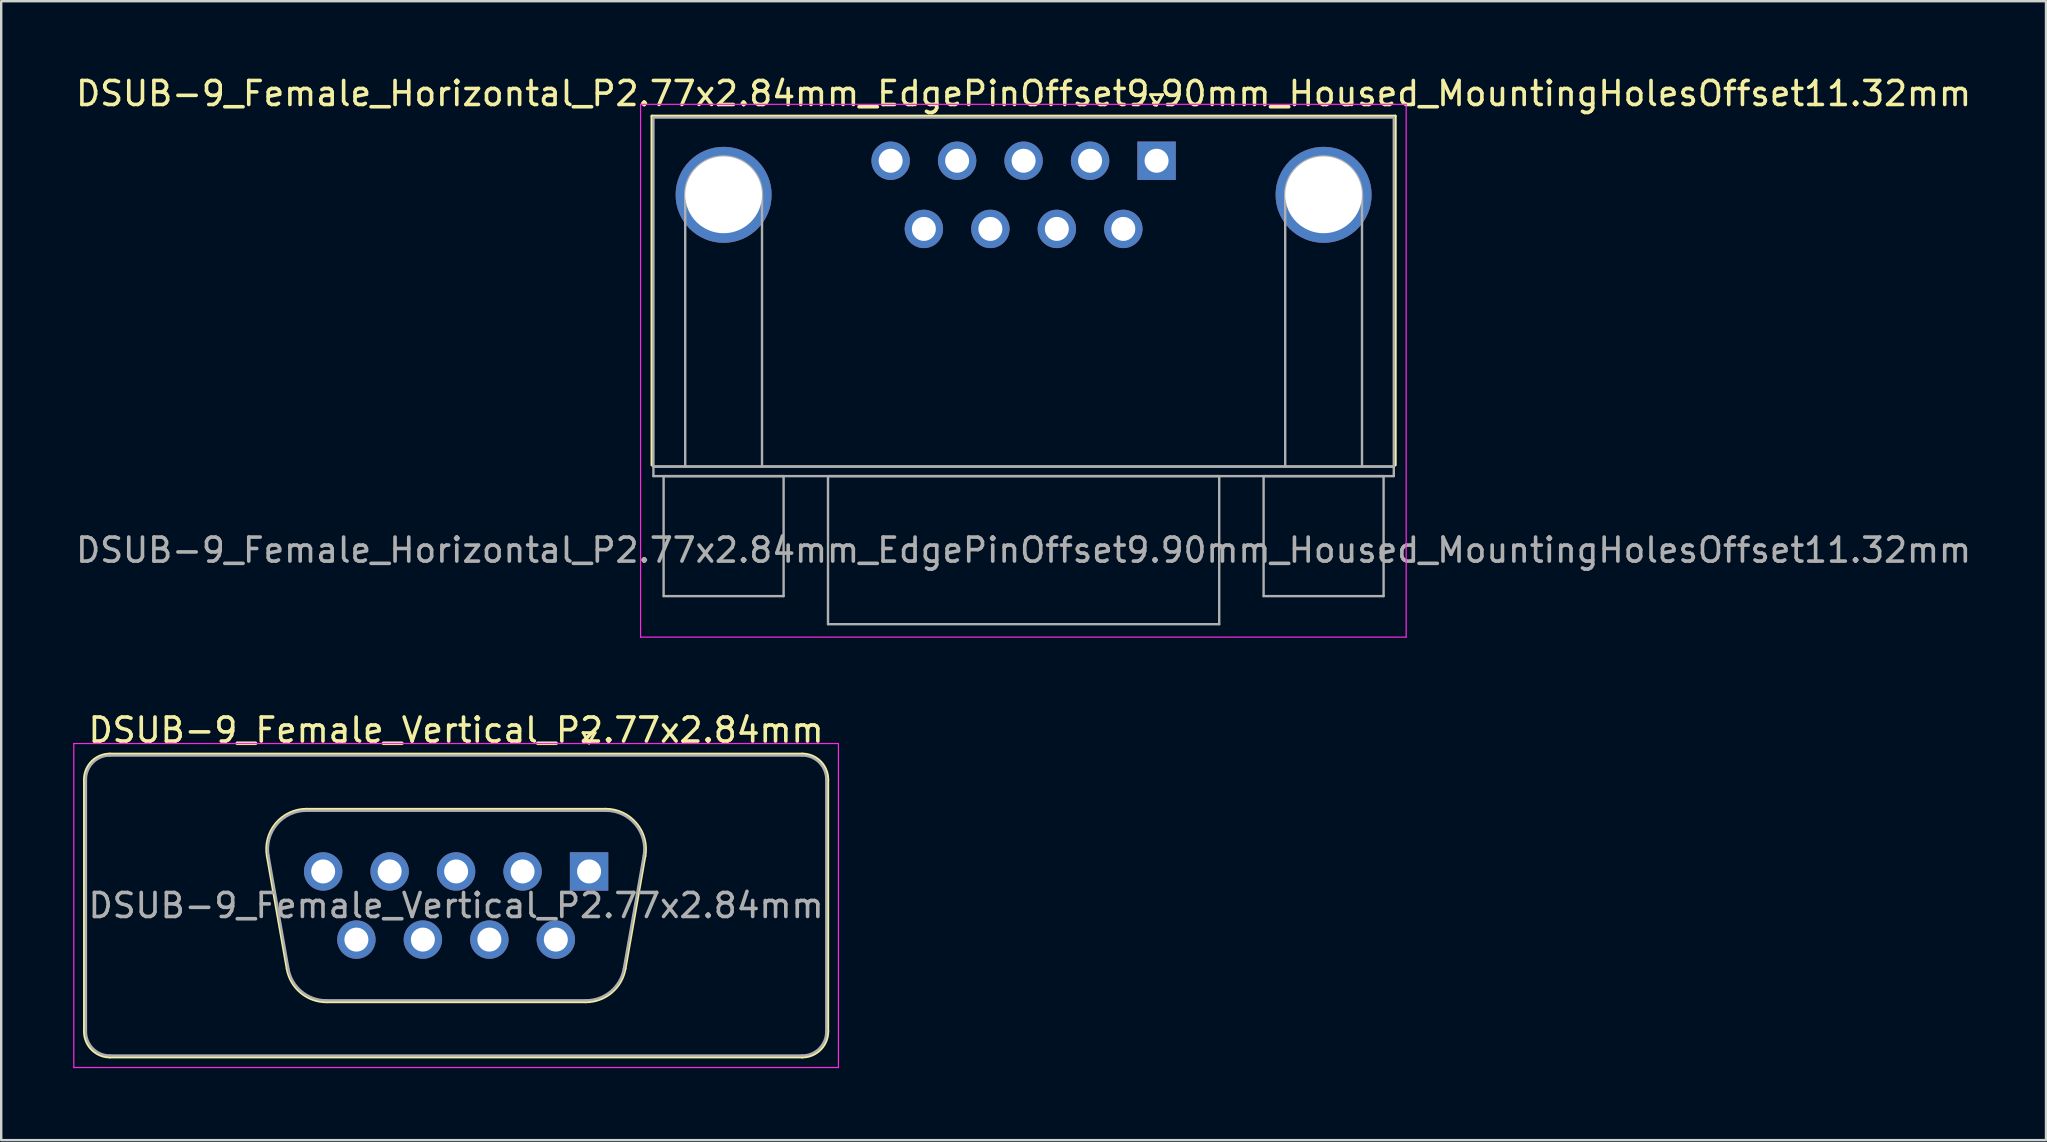
<source format=kicad_pcb>
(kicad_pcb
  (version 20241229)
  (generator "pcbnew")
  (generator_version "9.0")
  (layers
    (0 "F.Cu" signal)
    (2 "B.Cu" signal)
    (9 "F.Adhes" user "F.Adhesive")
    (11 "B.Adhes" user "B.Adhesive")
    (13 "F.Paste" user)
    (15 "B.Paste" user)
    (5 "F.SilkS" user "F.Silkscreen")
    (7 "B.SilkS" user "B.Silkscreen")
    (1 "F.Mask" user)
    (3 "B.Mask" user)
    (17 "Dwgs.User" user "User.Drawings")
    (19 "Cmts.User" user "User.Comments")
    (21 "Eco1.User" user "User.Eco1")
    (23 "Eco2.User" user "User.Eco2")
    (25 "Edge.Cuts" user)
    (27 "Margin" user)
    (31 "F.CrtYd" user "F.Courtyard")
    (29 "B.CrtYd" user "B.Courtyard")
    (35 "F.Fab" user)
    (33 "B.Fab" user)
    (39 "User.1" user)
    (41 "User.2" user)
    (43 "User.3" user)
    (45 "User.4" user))
  (footprint "DSUB-9_Female_Vertical_P2.77x2.84mm"
    (layer "F.Cu")
    (at 21.495 33.261)
    (property "Reference" "DSUB-9_Female_Vertical_P2.77x2.84mm" (at -5.54 -5.89 0) (layer "F.SilkS") (effects (font (size 1 1) (thickness 0.15))))
    (attr through_hole)
    (fp_line (start -21.025 6.67) (end -21.025 -3.83) (stroke (width 0.12) (type solid)) (layer "F.SilkS"))
    (fp_line (start -19.965 -4.89) (end 8.885 -4.89) (stroke (width 0.12) (type solid)) (layer "F.SilkS"))
    (fp_line (start -13.406 -0.642) (end -12.578 4.058) (stroke (width 0.12) (type solid)) (layer "F.SilkS"))
    (fp_line (start -11.772 -2.59) (end 0.692 -2.59) (stroke (width 0.12) (type solid)) (layer "F.SilkS"))
    (fp_line (start -10.943 5.43) (end -0.137 5.43) (stroke (width 0.12) (type solid)) (layer "F.SilkS"))
    (fp_line (start -0.25 -5.784) (end 0.25 -5.784) (stroke (width 0.12) (type solid)) (layer "F.SilkS"))
    (fp_line (start 0 -5.351) (end -0.25 -5.784) (stroke (width 0.12) (type solid)) (layer "F.SilkS"))
    (fp_line (start 0.25 -5.784) (end 0 -5.351) (stroke (width 0.12) (type solid)) (layer "F.SilkS"))
    (fp_line (start 2.326 -0.642) (end 1.498 4.058) (stroke (width 0.12) (type solid)) (layer "F.SilkS"))
    (fp_line (start 8.885 7.73) (end -19.965 7.73) (stroke (width 0.12) (type solid)) (layer "F.SilkS"))
    (fp_line (start 9.945 -3.83) (end 9.945 6.67) (stroke (width 0.12) (type solid)) (layer "F.SilkS"))
    (fp_arc (start -21.025 -3.83) (mid -20.714533 -4.579533) (end -19.965 -4.89) (stroke (width 0.12) (type solid)) (layer "F.SilkS"))
    (fp_arc (start -19.965 7.73) (mid -20.714533 7.419533) (end -21.025 6.67) (stroke (width 0.12) (type solid)) (layer "F.SilkS"))
    (fp_arc (start -13.40647 -0.641744) (mid -13.043323 -1.997027) (end -11.771689 -2.59) (stroke (width 0.12) (type solid)) (layer "F.SilkS"))
    (fp_arc (start -10.942952 5.43) (mid -12.00998 5.041634) (end -12.577733 4.058256) (stroke (width 0.12) (type solid)) (layer "F.SilkS"))
    (fp_arc (start 0.691689 -2.59) (mid 1.963323 -1.997027) (end 2.32647 -0.641744) (stroke (width 0.12) (type solid)) (layer "F.SilkS"))
    (fp_arc (start 1.497733 4.058256) (mid 0.92998 5.041634) (end -0.137048 5.43) (stroke (width 0.12) (type solid)) (layer "F.SilkS"))
    (fp_arc (start 8.885 -4.89) (mid 9.634533 -4.579533) (end 9.945 -3.83) (stroke (width 0.12) (type solid)) (layer "F.SilkS"))
    (fp_arc (start 9.945 6.67) (mid 9.634533 7.419533) (end 8.885 7.73) (stroke (width 0.12) (type solid)) (layer "F.SilkS"))
    (fp_line (start -21.47 -5.33) (end -21.47 8.17) (stroke (width 0.05) (type solid)) (layer "F.CrtYd"))
    (fp_line (start -21.47 8.17) (end 10.39 8.17) (stroke (width 0.05) (type solid)) (layer "F.CrtYd"))
    (fp_line (start 10.39 -5.33) (end -21.47 -5.33) (stroke (width 0.05) (type solid)) (layer "F.CrtYd"))
    (fp_line (start 10.39 8.17) (end 10.39 -5.33) (stroke (width 0.05) (type solid)) (layer "F.CrtYd"))
    (fp_line (start -20.965 6.67) (end -20.965 -3.83) (stroke (width 0.1) (type solid)) (layer "F.Fab"))
    (fp_line (start -19.965 -4.83) (end 8.885 -4.83) (stroke (width 0.1) (type solid)) (layer "F.Fab"))
    (fp_line (start -13.359 -0.652) (end -12.53 4.048) (stroke (width 0.1) (type solid)) (layer "F.Fab"))
    (fp_line (start -11.783 -2.53) (end 0.703 -2.53) (stroke (width 0.1) (type solid)) (layer "F.Fab"))
    (fp_line (start -10.954 5.37) (end -0.126 5.37) (stroke (width 0.1) (type solid)) (layer "F.Fab"))
    (fp_line (start 2.279 -0.652) (end 1.45 4.048) (stroke (width 0.1) (type solid)) (layer "F.Fab"))
    (fp_line (start 8.885 7.67) (end -19.965 7.67) (stroke (width 0.1) (type solid)) (layer "F.Fab"))
    (fp_line (start 9.885 -3.83) (end 9.885 6.67) (stroke (width 0.1) (type solid)) (layer "F.Fab"))
    (fp_arc (start -20.965 -3.83) (mid -20.672107 -4.537107) (end -19.965 -4.83) (stroke (width 0.1) (type solid)) (layer "F.Fab"))
    (fp_arc (start -19.965 7.67) (mid -20.672107 7.377107) (end -20.965 6.67) (stroke (width 0.1) (type solid)) (layer "F.Fab"))
    (fp_arc (start -13.358887 -0.652163) (mid -13.008865 -1.95846) (end -11.783194 -2.53) (stroke (width 0.1) (type solid)) (layer "F.Fab"))
    (fp_arc (start -10.954457 5.37) (mid -11.982918 4.995671) (end -12.53015 4.047837) (stroke (width 0.1) (type solid)) (layer "F.Fab"))
    (fp_arc (start 0.703194 -2.53) (mid 1.928865 -1.95846) (end 2.278887 -0.652163) (stroke (width 0.1) (type solid)) (layer "F.Fab"))
    (fp_arc (start 1.45015 4.047837) (mid 0.902918 4.995671) (end -0.125543 5.37) (stroke (width 0.1) (type solid)) (layer "F.Fab"))
    (fp_arc (start 8.885 -4.83) (mid 9.592107 -4.537107) (end 9.885 -3.83) (stroke (width 0.1) (type solid)) (layer "F.Fab"))
    (fp_arc (start 9.885 6.67) (mid 9.592107 7.377107) (end 8.885 7.67) (stroke (width 0.1) (type solid)) (layer "F.Fab"))
    (fp_text user "${REFERENCE}" (at -5.54 1.42 0) (layer "F.Fab") (effects (font (size 1 1) (thickness 0.15))))
    (pad "1" thru_hole rect (at 0 0) (size 1.6 1.6) (drill 1) (layers "*.Cu" "*.Mask"))
    (pad "2" thru_hole circle (at -2.77 0) (size 1.6 1.6) (drill 1) (layers "*.Cu" "*.Mask"))
    (pad "3" thru_hole circle (at -5.54 0) (size 1.6 1.6) (drill 1) (layers "*.Cu" "*.Mask"))
    (pad "4" thru_hole circle (at -8.31 0) (size 1.6 1.6) (drill 1) (layers "*.Cu" "*.Mask"))
    (pad "5" thru_hole circle (at -11.08 0) (size 1.6 1.6) (drill 1) (layers "*.Cu" "*.Mask"))
    (pad "6" thru_hole circle (at -1.385 2.84) (size 1.6 1.6) (drill 1) (layers "*.Cu" "*.Mask"))
    (pad "7" thru_hole circle (at -4.155 2.84) (size 1.6 1.6) (drill 1) (layers "*.Cu" "*.Mask"))
    (pad "8" thru_hole circle (at -6.925 2.84) (size 1.6 1.6) (drill 1) (layers "*.Cu" "*.Mask"))
    (pad "9" thru_hole circle (at -9.695 2.84) (size 1.6 1.6) (drill 1) (layers "*.Cu" "*.Mask")))
  (footprint "DSUB-9_Female_Horizontal_P2.77x2.84mm_EdgePinOffset9.90mm_Housed_MountingHolesOffset11.32mm"
    (layer "F.Cu")
    (at 45.141 3.648)
    (property "Reference" "DSUB-9_Female_Horizontal_P2.77x2.84mm_EdgePinOffset9.90mm_Housed_MountingHolesOffset11.32mm" (at -5.54 -2.8 0) (layer "F.SilkS") (effects (font (size 1 1) (thickness 0.15))))
    (attr through_hole)
    (fp_line (start -21.025 -1.86) (end 9.945 -1.86) (stroke (width 0.12) (type solid)) (layer "F.SilkS"))
    (fp_line (start -21.025 12.68) (end -21.025 -1.86) (stroke (width 0.12) (type solid)) (layer "F.SilkS"))
    (fp_line (start -0.25 -2.754) (end 0.25 -2.754) (stroke (width 0.12) (type solid)) (layer "F.SilkS"))
    (fp_line (start 0 -2.321) (end -0.25 -2.754) (stroke (width 0.12) (type solid)) (layer "F.SilkS"))
    (fp_line (start 0.25 -2.754) (end 0 -2.321) (stroke (width 0.12) (type solid)) (layer "F.SilkS"))
    (fp_line (start 9.945 -1.86) (end 9.945 12.68) (stroke (width 0.12) (type solid)) (layer "F.SilkS"))
    (fp_line (start -21.5 -2.35) (end -21.5 19.85) (stroke (width 0.05) (type solid)) (layer "F.CrtYd"))
    (fp_line (start -21.5 19.85) (end 10.4 19.85) (stroke (width 0.05) (type solid)) (layer "F.CrtYd"))
    (fp_line (start 10.4 -2.35) (end -21.5 -2.35) (stroke (width 0.05) (type solid)) (layer "F.CrtYd"))
    (fp_line (start 10.4 19.85) (end 10.4 -2.35) (stroke (width 0.05) (type solid)) (layer "F.CrtYd"))
    (fp_line (start -20.965 -1.8) (end -20.965 12.74) (stroke (width 0.1) (type solid)) (layer "F.Fab"))
    (fp_line (start -20.965 12.74) (end -20.965 13.14) (stroke (width 0.1) (type solid)) (layer "F.Fab"))
    (fp_line (start -20.965 12.74) (end 9.885 12.74) (stroke (width 0.1) (type solid)) (layer "F.Fab"))
    (fp_line (start -20.965 13.14) (end 9.885 13.14) (stroke (width 0.1) (type solid)) (layer "F.Fab"))
    (fp_line (start -20.54 13.14) (end -20.54 18.14) (stroke (width 0.1) (type solid)) (layer "F.Fab"))
    (fp_line (start -20.54 18.14) (end -15.54 18.14) (stroke (width 0.1) (type solid)) (layer "F.Fab"))
    (fp_line (start -19.64 12.74) (end -19.64 1.42) (stroke (width 0.1) (type solid)) (layer "F.Fab"))
    (fp_line (start -16.44 12.74) (end -16.44 1.42) (stroke (width 0.1) (type solid)) (layer "F.Fab"))
    (fp_line (start -15.54 13.14) (end -20.54 13.14) (stroke (width 0.1) (type solid)) (layer "F.Fab"))
    (fp_line (start -15.54 18.14) (end -15.54 13.14) (stroke (width 0.1) (type solid)) (layer "F.Fab"))
    (fp_line (start -13.69 13.14) (end -13.69 19.31) (stroke (width 0.1) (type solid)) (layer "F.Fab"))
    (fp_line (start -13.69 19.31) (end 2.61 19.31) (stroke (width 0.1) (type solid)) (layer "F.Fab"))
    (fp_line (start 2.61 13.14) (end -13.69 13.14) (stroke (width 0.1) (type solid)) (layer "F.Fab"))
    (fp_line (start 2.61 19.31) (end 2.61 13.14) (stroke (width 0.1) (type solid)) (layer "F.Fab"))
    (fp_line (start 4.46 13.14) (end 4.46 18.14) (stroke (width 0.1) (type solid)) (layer "F.Fab"))
    (fp_line (start 4.46 18.14) (end 9.46 18.14) (stroke (width 0.1) (type solid)) (layer "F.Fab"))
    (fp_line (start 5.36 12.74) (end 5.36 1.42) (stroke (width 0.1) (type solid)) (layer "F.Fab"))
    (fp_line (start 8.56 12.74) (end 8.56 1.42) (stroke (width 0.1) (type solid)) (layer "F.Fab"))
    (fp_line (start 9.46 13.14) (end 4.46 13.14) (stroke (width 0.1) (type solid)) (layer "F.Fab"))
    (fp_line (start 9.46 18.14) (end 9.46 13.14) (stroke (width 0.1) (type solid)) (layer "F.Fab"))
    (fp_line (start 9.885 -1.8) (end -20.965 -1.8) (stroke (width 0.1) (type solid)) (layer "F.Fab"))
    (fp_line (start 9.885 12.74) (end -20.965 12.74) (stroke (width 0.1) (type solid)) (layer "F.Fab"))
    (fp_line (start 9.885 12.74) (end 9.885 -1.8) (stroke (width 0.1) (type solid)) (layer "F.Fab"))
    (fp_line (start 9.885 13.14) (end 9.885 12.74) (stroke (width 0.1) (type solid)) (layer "F.Fab"))
    (fp_arc (start -19.64 1.42) (mid -18.04 -0.18) (end -16.44 1.42) (stroke (width 0.1) (type solid)) (layer "F.Fab"))
    (fp_arc (start 5.36 1.42) (mid 6.96 -0.18) (end 8.56 1.42) (stroke (width 0.1) (type solid)) (layer "F.Fab"))
    (fp_text user "${REFERENCE}" (at -5.54 16.225 0) (layer "F.Fab") (effects (font (size 1 1) (thickness 0.15))))
    (pad "0" thru_hole circle (at -18.04 1.42) (size 4 4) (drill 3.2) (layers "*.Cu" "*.Mask"))
    (pad "0" thru_hole circle (at 6.96 1.42) (size 4 4) (drill 3.2) (layers "*.Cu" "*.Mask"))
    (pad "1" thru_hole rect (at 0 0) (size 1.6 1.6) (drill 1) (layers "*.Cu" "*.Mask"))
    (pad "2" thru_hole circle (at -2.77 0) (size 1.6 1.6) (drill 1) (layers "*.Cu" "*.Mask"))
    (pad "3" thru_hole circle (at -5.54 0) (size 1.6 1.6) (drill 1) (layers "*.Cu" "*.Mask"))
    (pad "4" thru_hole circle (at -8.31 0) (size 1.6 1.6) (drill 1) (layers "*.Cu" "*.Mask"))
    (pad "5" thru_hole circle (at -11.08 0) (size 1.6 1.6) (drill 1) (layers "*.Cu" "*.Mask"))
    (pad "6" thru_hole circle (at -1.385 2.84) (size 1.6 1.6) (drill 1) (layers "*.Cu" "*.Mask"))
    (pad "7" thru_hole circle (at -4.155 2.84) (size 1.6 1.6) (drill 1) (layers "*.Cu" "*.Mask"))
    (pad "8" thru_hole circle (at -6.925 2.84) (size 1.6 1.6) (drill 1) (layers "*.Cu" "*.Mask"))
    (pad "9" thru_hole circle (at -9.695 2.84) (size 1.6 1.6) (drill 1) (layers "*.Cu" "*.Mask")))
  (gr_rect
    (start -3 -3)
    (end 82.202 44.456)
    (stroke (width 0.1) (type default))
    (fill no)
    (layer "Edge.Cuts")))
</source>
